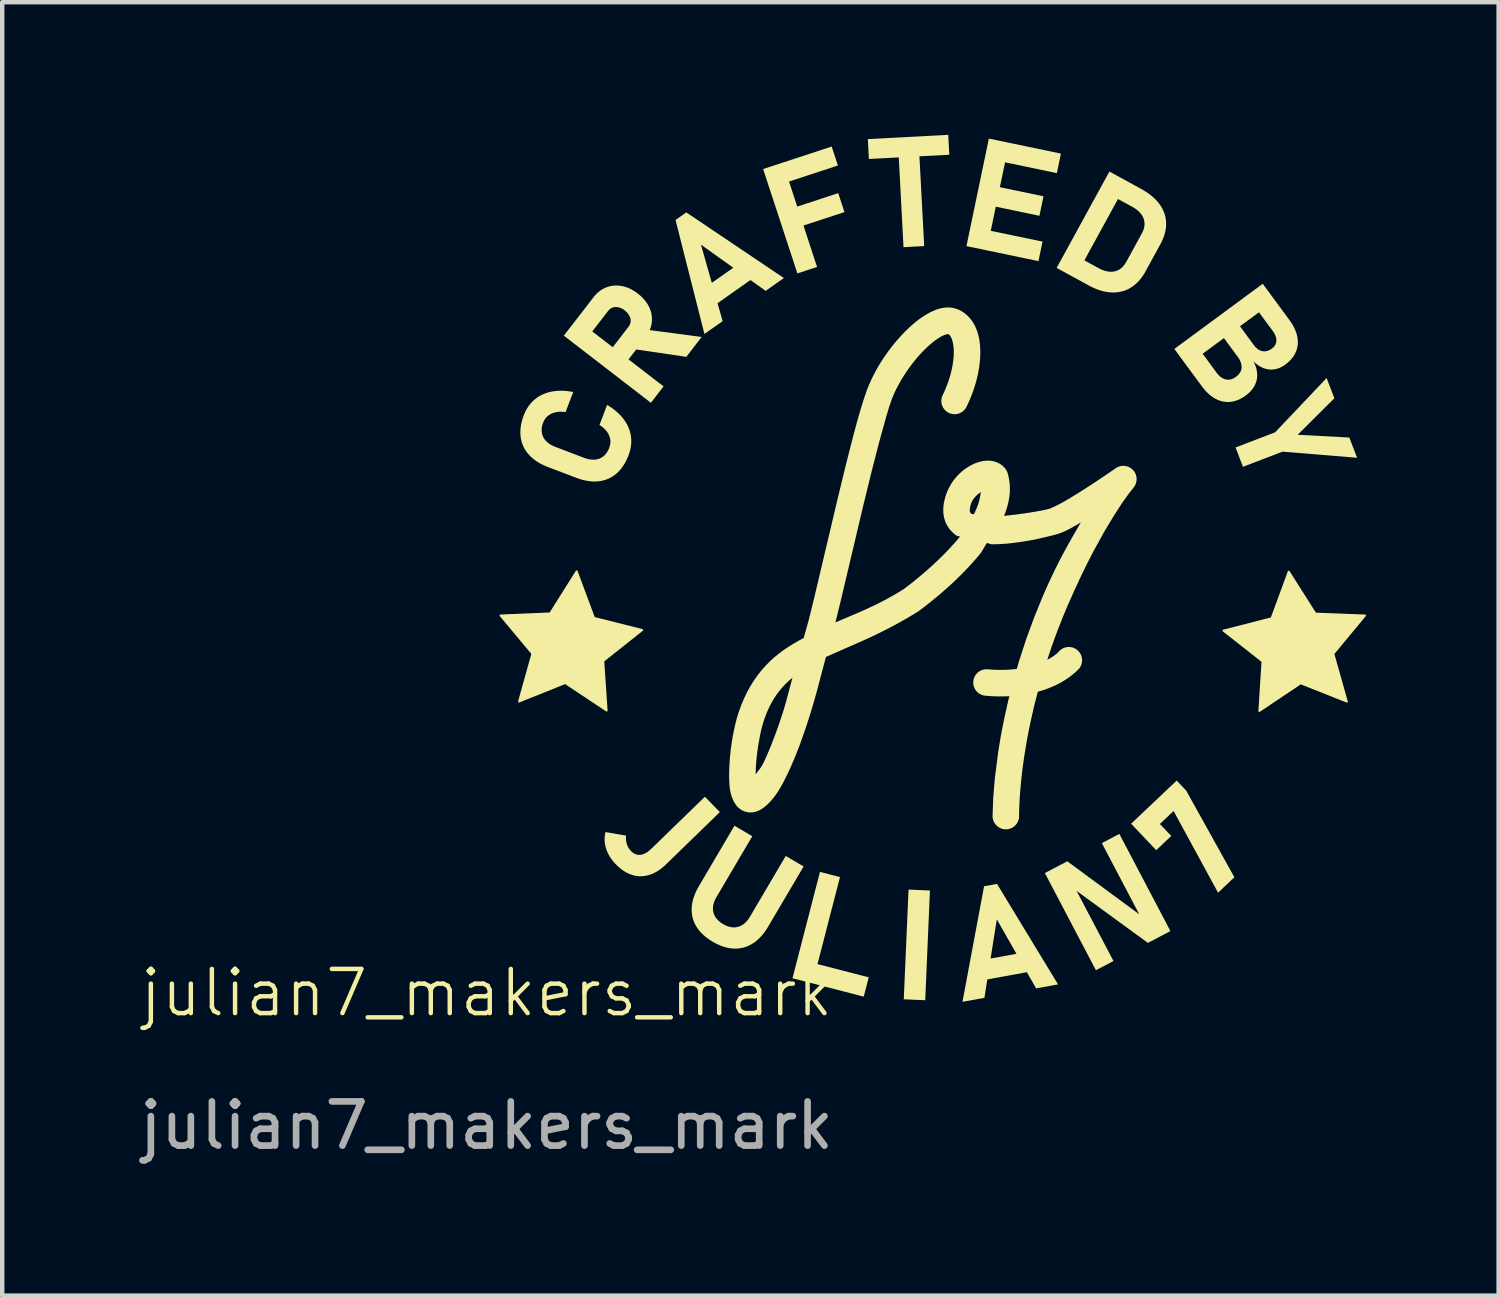
<source format=kicad_pcb>
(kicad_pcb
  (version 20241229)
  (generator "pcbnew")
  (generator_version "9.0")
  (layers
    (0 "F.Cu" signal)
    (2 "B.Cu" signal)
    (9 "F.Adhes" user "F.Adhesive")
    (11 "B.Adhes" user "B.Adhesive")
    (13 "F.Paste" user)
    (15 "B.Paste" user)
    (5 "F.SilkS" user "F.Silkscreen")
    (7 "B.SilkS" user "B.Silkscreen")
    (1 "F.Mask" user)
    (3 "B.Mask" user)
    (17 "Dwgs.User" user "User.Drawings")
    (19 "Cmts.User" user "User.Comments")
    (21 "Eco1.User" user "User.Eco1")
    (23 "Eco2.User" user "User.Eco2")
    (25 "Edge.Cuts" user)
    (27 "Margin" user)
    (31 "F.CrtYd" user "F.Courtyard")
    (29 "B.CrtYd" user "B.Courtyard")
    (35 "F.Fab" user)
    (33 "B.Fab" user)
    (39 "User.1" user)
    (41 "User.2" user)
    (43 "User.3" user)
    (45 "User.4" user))
  (footprint "julian7_makers_mark"
    (layer "F.Cu")
    (at 7.958 19.912)
    (property "Reference" "julian7_makers_mark" (at 0 -0.5 0) (unlocked yes) (layer "F.SilkS") (effects (font (size 1 1) (thickness 0.1))))
    (attr smd)
    (fp_poly (pts (xy 10.03 -2.816) (xy 9.923 -0.334) (xy 9.438 -0.355) (xy 9.546 -2.837)) (stroke (width 0) (type solid)) (fill yes) (layer "F.SilkS"))
    (fp_poly (pts (xy 7.995 -3.12) (xy 7.486 -1.151) (xy 8.645 -0.852) (xy 8.532 -0.415) (xy 7.128 -0.778) (xy 6.92 -0.831) (xy 7.542 -3.237)) (stroke (width 0) (type solid)) (fill yes) (layer "F.SilkS"))
    (fp_poly (pts (xy 10.468 -19.461) (xy 9.792 -19.426) (xy 9.9 -17.395) (xy 9.432 -17.37) (xy 9.325 -19.401) (xy 8.649 -19.365) (xy 8.625 -19.815) (xy 10.444 -19.912)) (stroke (width 0) (type solid)) (fill yes) (layer "F.SilkS"))
    (fp_poly (pts (xy 15.826 -5.078) (xy 16.917 -3.116) (xy 16.548 -2.767) (xy 15.542 -4.615) (xy 15.232 -4.321) (xy 15.489 -4.05) (xy 15.149 -3.728) (xy 14.581 -4.327) (xy 15.612 -5.303)) (stroke (width 0) (type solid)) (fill yes) (layer "F.SilkS"))
    (fp_poly (pts (xy 19.179 -13.952) (xy 18.349 -13.126) (xy 19.518 -13.064) (xy 19.693 -12.606) (xy 18.007 -12.744) (xy 17.111 -12.402) (xy 16.944 -12.839) (xy 17.839 -13.182) (xy 19.004 -14.41)) (stroke (width 0) (type solid)) (fill yes) (layer "F.SilkS"))
    (fp_poly (pts (xy 2.43 -8.984) (xy 3.521 -8.709) (xy 2.64 -8.01) (xy 2.716 -6.887) (xy 1.778 -7.51) (xy 0.734 -7.091) (xy 1.036 -8.174) (xy 0.315 -9.038) (xy 1.439 -9.085) (xy 2.038 -10.038)) (stroke (width 0.043) (type solid)) (fill yes) (layer "F.SilkS"))
    (fp_poly (pts (xy 15.47 -1.899) (xy 14.961 -1.631) (xy 13.348 -2.807) (xy 14.182 -1.221) (xy 13.785 -1.013) (xy 12.63 -3.211) (xy 13.137 -3.477) (xy 14.765 -2.278) (xy 13.919 -3.888) (xy 14.315 -4.097)) (stroke (width 0) (type solid)) (fill yes) (layer "F.SilkS"))
    (fp_poly (pts (xy 18.749 -9.081) (xy 19.873 -9.038) (xy 19.156 -8.172) (xy 19.462 -7.089) (xy 18.416 -7.504) (xy 17.482 -6.877) (xy 17.553 -8) (xy 16.668 -8.696) (xy 17.759 -8.975) (xy 18.147 -10.031)) (stroke (width 0.043) (type solid)) (fill yes) (layer "F.SilkS"))
    (fp_poly (pts (xy 7.948 -19.218) (xy 6.842 -18.855) (xy 7.028 -18.288) (xy 7.955 -18.593) (xy 8.096 -18.164) (xy 7.169 -17.86) (xy 7.476 -16.923) (xy 7.031 -16.777) (xy 6.256 -19.138) (xy 6.419 -19.191) (xy 6.419 -19.191) (xy 7.807 -19.647)) (stroke (width 0) (type solid)) (fill yes) (layer "F.SilkS"))
    (fp_poly (pts (xy 6.725 -16.672) (xy 6.313 -16.382) (xy 5.97 -16.627) (xy 5.225 -16.103) (xy 5.34 -15.697) (xy 4.928 -15.407) (xy 4.416 -17.427) (xy 4.85 -17.427) (xy 5.095 -16.563) (xy 5.581 -16.905) (xy 4.85 -17.427) (xy 4.416 -17.427) (xy 4.275 -17.986) (xy 4.518 -18.157)) (stroke (width 0) (type solid)) (fill yes) (layer "F.SilkS"))
    (fp_poly (pts (xy 12.928 -0.692) (xy 12.432 -0.602) (xy 12.223 -0.968) (xy 11.328 -0.805) (xy 11.262 -0.388) (xy 10.766 -0.298) (xy 10.949 -1.277) (xy 11.402 -1.277) (xy 11.987 -1.384) (xy 11.543 -2.164) (xy 11.402 -1.277) (xy 10.949 -1.277) (xy 11.255 -2.913) (xy 11.547 -2.966)) (stroke (width 0) (type solid)) (fill yes) (layer "F.SilkS"))
    (fp_poly (pts (xy 11.822 -19.731) (xy 11.822 -19.731) (xy 12.993 -19.487) (xy 12.901 -19.045) (xy 11.73 -19.29) (xy 11.612 -18.727) (xy 12.599 -18.521) (xy 12.507 -18.08) (xy 11.52 -18.286) (xy 11.406 -17.74) (xy 12.577 -17.496) (xy 12.485 -17.054) (xy 11.314 -17.299) (xy 11.314 -17.299) (xy 10.856 -17.394) (xy 11.363 -19.827)) (stroke (width 0) (type solid)) (fill yes) (layer "F.SilkS"))
    (fp_poly (pts (xy 5.277 -4.59) (xy 4.061 -3.409) (xy 4.038 -3.387) (xy 4.015 -3.366) (xy 3.991 -3.346) (xy 3.968 -3.326) (xy 3.944 -3.308) (xy 3.921 -3.291) (xy 3.897 -3.274) (xy 3.873 -3.259) (xy 3.849 -3.244) (xy 3.825 -3.231) (xy 3.801 -3.218) (xy 3.777 -3.207) (xy 3.753 -3.196) (xy 3.728 -3.186) (xy 3.704 -3.177) (xy 3.679 -3.169) (xy 3.655 -3.162) (xy 3.631 -3.156) (xy 3.606 -3.15) (xy 3.582 -3.146) (xy 3.558 -3.143) (xy 3.533 -3.14) (xy 3.509 -3.139) (xy 3.485 -3.138) (xy 3.461 -3.139) (xy 3.436 -3.14) (xy 3.412 -3.143) (xy 3.388 -3.146) (xy 3.364 -3.15) (xy 3.34 -3.155) (xy 3.316 -3.162) (xy 3.292 -3.169) (xy 3.268 -3.177) (xy 3.244 -3.186) (xy 3.22 -3.196) (xy 3.196 -3.207) (xy 3.173 -3.218) (xy 3.15 -3.231) (xy 3.126 -3.245) (xy 3.103 -3.259) (xy 3.08 -3.275) (xy 3.058 -3.291) (xy 3.035 -3.309) (xy 3.013 -3.327) (xy 2.99 -3.346) (xy 2.968 -3.367) (xy 2.946 -3.388) (xy 2.924 -3.41) (xy 2.924 -3.41) (xy 2.904 -3.43) (xy 2.886 -3.451) (xy 2.868 -3.472) (xy 2.85 -3.494) (xy 2.834 -3.515) (xy 2.818 -3.537) (xy 2.803 -3.559) (xy 2.789 -3.581) (xy 2.776 -3.603) (xy 2.763 -3.625) (xy 2.751 -3.648) (xy 2.74 -3.671) (xy 2.73 -3.694) (xy 2.72 -3.717) (xy 2.711 -3.741) (xy 2.703 -3.765) (xy 2.696 -3.788) (xy 2.69 -3.812) (xy 2.684 -3.836) (xy 2.68 -3.859) (xy 2.676 -3.883) (xy 2.673 -3.906) (xy 2.671 -3.929) (xy 2.67 -3.953) (xy 2.67 -3.976) (xy 2.67 -3.999) (xy 2.671 -4.023) (xy 2.674 -4.046) (xy 2.677 -4.069) (xy 2.68 -4.092) (xy 2.685 -4.115) (xy 2.691 -4.138) (xy 3.157 -4.058) (xy 3.156 -4.045) (xy 3.154 -4.033) (xy 3.153 -4.021) (xy 3.153 -4.009) (xy 3.153 -3.997) (xy 3.153 -3.985) (xy 3.153 -3.973) (xy 3.154 -3.961) (xy 3.155 -3.949) (xy 3.157 -3.937) (xy 3.159 -3.925) (xy 3.161 -3.914) (xy 3.163 -3.902) (xy 3.166 -3.891) (xy 3.169 -3.879) (xy 3.172 -3.868) (xy 3.176 -3.856) (xy 3.18 -3.845) (xy 3.185 -3.834) (xy 3.19 -3.823) (xy 3.195 -3.813) (xy 3.2 -3.802) (xy 3.206 -3.792) (xy 3.211 -3.782) (xy 3.217 -3.772) (xy 3.224 -3.762) (xy 3.231 -3.753) (xy 3.237 -3.743) (xy 3.245 -3.734) (xy 3.252 -3.725) (xy 3.26 -3.717) (xy 3.268 -3.708) (xy 3.28 -3.696) (xy 3.292 -3.686) (xy 3.304 -3.676) (xy 3.317 -3.666) (xy 3.329 -3.658) (xy 3.342 -3.651) (xy 3.355 -3.644) (xy 3.368 -3.639) (xy 3.382 -3.634) (xy 3.395 -3.63) (xy 3.409 -3.627) (xy 3.423 -3.624) (xy 3.437 -3.623) (xy 3.451 -3.622) (xy 3.466 -3.623) (xy 3.481 -3.624) (xy 3.496 -3.626) (xy 3.511 -3.629) (xy 3.526 -3.633) (xy 3.541 -3.638) (xy 3.556 -3.643) (xy 3.571 -3.649) (xy 3.586 -3.657) (xy 3.602 -3.664) (xy 3.617 -3.673) (xy 3.632 -3.683) (xy 3.647 -3.693) (xy 3.663 -3.705) (xy 3.678 -3.717) (xy 3.693 -3.73) (xy 3.709 -3.744) (xy 3.724 -3.758) (xy 4.939 -4.938)) (stroke (width 0) (type solid)) (fill yes) (layer "F.SilkS"))
    (fp_poly (pts (xy 6.011 -4.044) (xy 5.2 -2.667) (xy 5.187 -2.644) (xy 5.176 -2.621) (xy 5.165 -2.599) (xy 5.155 -2.577) (xy 5.147 -2.554) (xy 5.14 -2.532) (xy 5.134 -2.511) (xy 5.129 -2.489) (xy 5.125 -2.468) (xy 5.122 -2.446) (xy 5.121 -2.425) (xy 5.121 -2.405) (xy 5.121 -2.384) (xy 5.123 -2.364) (xy 5.126 -2.343) (xy 5.131 -2.323) (xy 5.136 -2.304) (xy 5.143 -2.284) (xy 5.15 -2.265) (xy 5.159 -2.247) (xy 5.169 -2.229) (xy 5.18 -2.211) (xy 5.192 -2.194) (xy 5.205 -2.177) (xy 5.219 -2.161) (xy 5.234 -2.145) (xy 5.251 -2.129) (xy 5.268 -2.114) (xy 5.287 -2.099) (xy 5.306 -2.085) (xy 5.327 -2.071) (xy 5.349 -2.058) (xy 5.372 -2.045) (xy 5.394 -2.033) (xy 5.416 -2.023) (xy 5.438 -2.014) (xy 5.46 -2.006) (xy 5.482 -1.999) (xy 5.503 -1.993) (xy 5.525 -1.989) (xy 5.546 -1.985) (xy 5.567 -1.983) (xy 5.588 -1.982) (xy 5.608 -1.982) (xy 5.629 -1.983) (xy 5.649 -1.986) (xy 5.669 -1.99) (xy 5.689 -1.995) (xy 5.709 -2) (xy 5.728 -2.007) (xy 5.747 -2.015) (xy 5.766 -2.025) (xy 5.784 -2.035) (xy 5.802 -2.046) (xy 5.819 -2.059) (xy 5.836 -2.072) (xy 5.852 -2.087) (xy 5.869 -2.103) (xy 5.884 -2.12) (xy 5.9 -2.138) (xy 5.915 -2.157) (xy 5.929 -2.177) (xy 5.943 -2.199) (xy 5.957 -2.221) (xy 6.768 -3.598) (xy 7.172 -3.36) (xy 6.367 -1.994) (xy 6.348 -1.963) (xy 6.329 -1.933) (xy 6.309 -1.904) (xy 6.289 -1.876) (xy 6.269 -1.849) (xy 6.248 -1.823) (xy 6.227 -1.798) (xy 6.206 -1.774) (xy 6.184 -1.751) (xy 6.162 -1.729) (xy 6.139 -1.708) (xy 6.116 -1.687) (xy 6.093 -1.668) (xy 6.069 -1.65) (xy 6.044 -1.633) (xy 6.02 -1.617) (xy 5.995 -1.602) (xy 5.97 -1.588) (xy 5.945 -1.575) (xy 5.919 -1.563) (xy 5.894 -1.552) (xy 5.868 -1.543) (xy 5.841 -1.534) (xy 5.815 -1.526) (xy 5.788 -1.52) (xy 5.76 -1.514) (xy 5.733 -1.509) (xy 5.705 -1.506) (xy 5.677 -1.504) (xy 5.649 -1.502) (xy 5.62 -1.502) (xy 5.591 -1.503) (xy 5.563 -1.504) (xy 5.534 -1.507) (xy 5.505 -1.511) (xy 5.475 -1.516) (xy 5.446 -1.522) (xy 5.416 -1.529) (xy 5.387 -1.538) (xy 5.357 -1.547) (xy 5.327 -1.557) (xy 5.297 -1.568) (xy 5.267 -1.581) (xy 5.237 -1.594) (xy 5.206 -1.609) (xy 5.176 -1.624) (xy 5.145 -1.641) (xy 5.114 -1.659) (xy 5.114 -1.659) (xy 5.084 -1.677) (xy 5.054 -1.696) (xy 5.026 -1.715) (xy 4.998 -1.735) (xy 4.972 -1.755) (xy 4.946 -1.775) (xy 4.922 -1.796) (xy 4.898 -1.817) (xy 4.876 -1.839) (xy 4.854 -1.86) (xy 4.834 -1.883) (xy 4.814 -1.906) (xy 4.796 -1.929) (xy 4.778 -1.952) (xy 4.762 -1.976) (xy 4.746 -2) (xy 4.732 -2.025) (xy 4.718 -2.05) (xy 4.706 -2.076) (xy 4.695 -2.101) (xy 4.684 -2.127) (xy 4.675 -2.153) (xy 4.667 -2.18) (xy 4.66 -2.207) (xy 4.654 -2.233) (xy 4.649 -2.261) (xy 4.645 -2.288) (xy 4.642 -2.316) (xy 4.64 -2.344) (xy 4.639 -2.372) (xy 4.639 -2.401) (xy 4.64 -2.43) (xy 4.642 -2.459) (xy 4.646 -2.488) (xy 4.65 -2.518) (xy 4.656 -2.548) (xy 4.662 -2.578) (xy 4.67 -2.607) (xy 4.678 -2.638) (xy 4.688 -2.668) (xy 4.699 -2.698) (xy 4.711 -2.729) (xy 4.723 -2.759) (xy 4.737 -2.79) (xy 4.752 -2.821) (xy 4.768 -2.852) (xy 4.785 -2.884) (xy 4.803 -2.915) (xy 5.608 -4.282)) (stroke (width 0) (type solid)) (fill yes) (layer "F.SilkS"))
    (fp_poly (pts (xy 14.297 -18.968) (xy 14.297 -18.968) (xy 14.811 -18.686) (xy 14.845 -18.667) (xy 14.877 -18.648) (xy 14.909 -18.629) (xy 14.939 -18.609) (xy 14.969 -18.588) (xy 14.997 -18.568) (xy 15.025 -18.546) (xy 15.051 -18.525) (xy 15.077 -18.503) (xy 15.101 -18.481) (xy 15.124 -18.458) (xy 15.147 -18.436) (xy 15.168 -18.412) (xy 15.188 -18.389) (xy 15.207 -18.365) (xy 15.226 -18.34) (xy 15.243 -18.315) (xy 15.259 -18.29) (xy 15.275 -18.265) (xy 15.289 -18.24) (xy 15.302 -18.214) (xy 15.314 -18.188) (xy 15.324 -18.161) (xy 15.334 -18.135) (xy 15.343 -18.108) (xy 15.351 -18.081) (xy 15.357 -18.053) (xy 15.362 -18.026) (xy 15.367 -17.998) (xy 15.37 -17.97) (xy 15.372 -17.941) (xy 15.373 -17.913) (xy 15.373 -17.884) (xy 15.372 -17.855) (xy 15.37 -17.826) (xy 15.367 -17.796) (xy 15.362 -17.767) (xy 15.357 -17.737) (xy 15.35 -17.708) (xy 15.343 -17.678) (xy 15.334 -17.648) (xy 15.324 -17.618) (xy 15.313 -17.588) (xy 15.301 -17.557) (xy 15.288 -17.527) (xy 15.274 -17.496) (xy 15.259 -17.466) (xy 15.242 -17.435) (xy 14.904 -16.817) (xy 14.888 -16.788) (xy 14.871 -16.76) (xy 14.853 -16.733) (xy 14.836 -16.707) (xy 14.817 -16.681) (xy 14.798 -16.657) (xy 14.779 -16.633) (xy 14.759 -16.61) (xy 14.739 -16.588) (xy 14.718 -16.567) (xy 14.696 -16.547) (xy 14.674 -16.528) (xy 14.652 -16.51) (xy 14.629 -16.492) (xy 14.606 -16.476) (xy 14.582 -16.46) (xy 14.557 -16.445) (xy 14.533 -16.431) (xy 14.508 -16.419) (xy 14.482 -16.407) (xy 14.456 -16.396) (xy 14.43 -16.386) (xy 14.403 -16.378) (xy 14.376 -16.37) (xy 14.348 -16.363) (xy 14.32 -16.358) (xy 14.292 -16.353) (xy 14.263 -16.35) (xy 14.234 -16.347) (xy 14.204 -16.346) (xy 14.174 -16.345) (xy 14.143 -16.346) (xy 14.112 -16.347) (xy 14.081 -16.35) (xy 14.049 -16.354) (xy 14.018 -16.359) (xy 13.986 -16.365) (xy 13.953 -16.372) (xy 13.921 -16.381) (xy 13.888 -16.39) (xy 13.855 -16.401) (xy 13.821 -16.413) (xy 13.788 -16.426) (xy 13.754 -16.44) (xy 13.72 -16.455) (xy 13.686 -16.472) (xy 13.651 -16.489) (xy 13.616 -16.508) (xy 13.307 -16.677) (xy 13.307 -16.677) (xy 12.896 -16.902) (xy 12.99 -17.072) (xy 13.524 -17.072) (xy 13.843 -16.898) (xy 13.868 -16.884) (xy 13.893 -16.872) (xy 13.918 -16.861) (xy 13.942 -16.851) (xy 13.966 -16.843) (xy 13.99 -16.835) (xy 14.013 -16.829) (xy 14.036 -16.824) (xy 14.059 -16.82) (xy 14.081 -16.817) (xy 14.103 -16.815) (xy 14.125 -16.814) (xy 14.147 -16.815) (xy 14.168 -16.817) (xy 14.189 -16.819) (xy 14.21 -16.823) (xy 14.23 -16.829) (xy 14.25 -16.835) (xy 14.269 -16.842) (xy 14.288 -16.851) (xy 14.306 -16.86) (xy 14.324 -16.871) (xy 14.341 -16.883) (xy 14.357 -16.896) (xy 14.374 -16.91) (xy 14.389 -16.925) (xy 14.404 -16.941) (xy 14.419 -16.958) (xy 14.433 -16.977) (xy 14.446 -16.996) (xy 14.459 -17.017) (xy 14.472 -17.038) (xy 14.823 -17.68) (xy 14.835 -17.702) (xy 14.845 -17.724) (xy 14.854 -17.746) (xy 14.862 -17.768) (xy 14.869 -17.79) (xy 14.875 -17.811) (xy 14.879 -17.832) (xy 14.882 -17.853) (xy 14.884 -17.874) (xy 14.885 -17.895) (xy 14.884 -17.916) (xy 14.882 -17.936) (xy 14.879 -17.957) (xy 14.875 -17.977) (xy 14.87 -17.997) (xy 14.863 -18.017) (xy 14.856 -18.036) (xy 14.847 -18.055) (xy 14.837 -18.074) (xy 14.825 -18.093) (xy 14.813 -18.111) (xy 14.8 -18.129) (xy 14.785 -18.146) (xy 14.77 -18.163) (xy 14.753 -18.18) (xy 14.735 -18.196) (xy 14.716 -18.212) (xy 14.696 -18.227) (xy 14.674 -18.242) (xy 14.652 -18.257) (xy 14.628 -18.272) (xy 14.603 -18.286) (xy 14.284 -18.46) (xy 13.524 -17.072) (xy 12.99 -17.072) (xy 14.09 -19.081)) (stroke (width 0) (type solid)) (fill yes) (layer "F.SilkS"))
    (fp_poly (pts (xy 13.192 -8.325) (xy 13.207 -8.323) (xy 13.221 -8.321) (xy 13.236 -8.318) (xy 13.25 -8.315) (xy 13.264 -8.311) (xy 13.278 -8.306) (xy 13.291 -8.301) (xy 13.305 -8.294) (xy 13.318 -8.288) (xy 13.33 -8.28) (xy 13.343 -8.272) (xy 13.355 -8.263) (xy 13.366 -8.254) (xy 13.378 -8.244) (xy 13.388 -8.233) (xy 13.399 -8.222) (xy 13.408 -8.21) (xy 13.417 -8.198) (xy 13.425 -8.186) (xy 13.433 -8.173) (xy 13.44 -8.16) (xy 13.446 -8.147) (xy 13.452 -8.134) (xy 13.457 -8.12) (xy 13.461 -8.106) (xy 13.464 -8.092) (xy 13.467 -8.078) (xy 13.469 -8.064) (xy 13.471 -8.05) (xy 13.472 -8.035) (xy 13.472 -8.021) (xy 13.471 -8.007) (xy 13.47 -7.992) (xy 13.468 -7.978) (xy 13.465 -7.964) (xy 13.462 -7.949) (xy 13.458 -7.935) (xy 13.453 -7.922) (xy 13.448 -7.908) (xy 13.442 -7.894) (xy 13.435 -7.881) (xy 13.427 -7.868) (xy 13.419 -7.856) (xy 13.41 -7.843) (xy 13.4 -7.831) (xy 13.366 -7.796) (xy 13.323 -7.756) (xy 13.264 -7.706) (xy 13.228 -7.677) (xy 13.189 -7.648) (xy 13.145 -7.617) (xy 13.097 -7.585) (xy 13.046 -7.553) (xy 12.991 -7.521) (xy 12.932 -7.489) (xy 12.869 -7.458) (xy 12.731 -7.399) (xy 12.656 -7.371) (xy 12.577 -7.344) (xy 12.493 -7.319) (xy 12.405 -7.296) (xy 12.313 -7.275) (xy 12.216 -7.256) (xy 12.115 -7.24) (xy 12.01 -7.227) (xy 11.9 -7.217) (xy 11.786 -7.21) (xy 11.667 -7.207) (xy 11.544 -7.208) (xy 11.416 -7.213) (xy 11.284 -7.223) (xy 11.269 -7.225) (xy 11.255 -7.227) (xy 11.24 -7.23) (xy 11.226 -7.234) (xy 11.212 -7.238) (xy 11.198 -7.243) (xy 11.185 -7.249) (xy 11.172 -7.256) (xy 11.159 -7.263) (xy 11.146 -7.27) (xy 11.134 -7.279) (xy 11.123 -7.288) (xy 11.111 -7.297) (xy 11.1 -7.307) (xy 11.09 -7.318) (xy 11.08 -7.329) (xy 11.071 -7.34) (xy 11.062 -7.352) (xy 11.054 -7.365) (xy 11.047 -7.378) (xy 11.04 -7.391) (xy 11.034 -7.404) (xy 11.029 -7.418) (xy 11.024 -7.431) (xy 11.02 -7.445) (xy 11.016 -7.46) (xy 11.014 -7.474) (xy 11.012 -7.489) (xy 11.011 -7.503) (xy 11.01 -7.518) (xy 11.01 -7.533) (xy 11.011 -7.548) (xy 11.013 -7.563) (xy 11.015 -7.577) (xy 11.018 -7.592) (xy 11.022 -7.606) (xy 11.026 -7.62) (xy 11.032 -7.634) (xy 11.037 -7.647) (xy 11.044 -7.66) (xy 11.051 -7.673) (xy 11.059 -7.685) (xy 11.067 -7.698) (xy 11.076 -7.709) (xy 11.085 -7.721) (xy 11.095 -7.731) (xy 11.106 -7.742) (xy 11.117 -7.752) (xy 11.129 -7.761) (xy 11.141 -7.769) (xy 11.153 -7.777) (xy 11.166 -7.785) (xy 11.179 -7.792) (xy 11.192 -7.798) (xy 11.206 -7.803) (xy 11.22 -7.808) (xy 11.234 -7.812) (xy 11.248 -7.815) (xy 11.262 -7.818) (xy 11.277 -7.82) (xy 11.292 -7.821) (xy 11.306 -7.822) (xy 11.321 -7.822) (xy 11.336 -7.821) (xy 11.449 -7.812) (xy 11.558 -7.808) (xy 11.662 -7.807) (xy 11.761 -7.809) (xy 11.855 -7.815) (xy 11.945 -7.823) (xy 12.031 -7.833) (xy 12.112 -7.846) (xy 12.189 -7.861) (xy 12.262 -7.877) (xy 12.33 -7.896) (xy 12.395 -7.915) (xy 12.455 -7.936) (xy 12.512 -7.957) (xy 12.565 -7.979) (xy 12.614 -8.001) (xy 12.637 -8.012) (xy 12.659 -8.023) (xy 12.68 -8.034) (xy 12.7 -8.044) (xy 12.72 -8.055) (xy 12.738 -8.065) (xy 12.755 -8.075) (xy 12.772 -8.085) (xy 12.787 -8.095) (xy 12.802 -8.104) (xy 12.816 -8.113) (xy 12.829 -8.122) (xy 12.841 -8.131) (xy 12.853 -8.139) (xy 12.873 -8.155) (xy 12.891 -8.169) (xy 12.906 -8.181) (xy 12.918 -8.193) (xy 12.927 -8.202) (xy 12.934 -8.209) (xy 12.939 -8.215) (xy 12.943 -8.219) (xy 12.953 -8.23) (xy 12.964 -8.241) (xy 12.974 -8.251) (xy 12.986 -8.26) (xy 12.997 -8.269) (xy 13.01 -8.277) (xy 13.022 -8.285) (xy 13.035 -8.292) (xy 13.048 -8.298) (xy 13.062 -8.304) (xy 13.075 -8.309) (xy 13.089 -8.314) (xy 13.104 -8.317) (xy 13.118 -8.32) (xy 13.133 -8.323) (xy 13.147 -8.324) (xy 13.162 -8.325) (xy 13.177 -8.325)) (stroke (width 0) (type solid)) (fill yes) (layer "F.SilkS"))
    (fp_poly (pts (xy 2.946 -16.503) (xy 2.968 -16.502) (xy 2.991 -16.501) (xy 3.014 -16.498) (xy 3.037 -16.495) (xy 3.06 -16.491) (xy 3.083 -16.486) (xy 3.106 -16.481) (xy 3.129 -16.474) (xy 3.152 -16.467) (xy 3.175 -16.459) (xy 3.198 -16.451) (xy 3.22 -16.441) (xy 3.243 -16.431) (xy 3.265 -16.42) (xy 3.288 -16.408) (xy 3.31 -16.395) (xy 3.332 -16.382) (xy 3.355 -16.368) (xy 3.377 -16.353) (xy 3.399 -16.337) (xy 3.421 -16.321) (xy 3.443 -16.303) (xy 3.463 -16.286) (xy 3.484 -16.268) (xy 3.503 -16.251) (xy 3.522 -16.232) (xy 3.54 -16.214) (xy 3.557 -16.195) (xy 3.573 -16.176) (xy 3.589 -16.157) (xy 3.604 -16.137) (xy 3.618 -16.117) (xy 3.632 -16.097) (xy 3.645 -16.077) (xy 3.657 -16.056) (xy 3.668 -16.035) (xy 3.679 -16.014) (xy 3.688 -15.993) (xy 3.697 -15.971) (xy 3.705 -15.95) (xy 3.712 -15.928) (xy 3.719 -15.907) (xy 3.724 -15.885) (xy 3.729 -15.863) (xy 3.733 -15.841) (xy 3.736 -15.819) (xy 3.739 -15.797) (xy 3.74 -15.775) (xy 3.741 -15.753) (xy 3.741 -15.731) (xy 3.74 -15.708) (xy 3.739 -15.686) (xy 3.736 -15.663) (xy 3.733 -15.641) (xy 3.729 -15.619) (xy 3.724 -15.596) (xy 3.719 -15.575) (xy 3.713 -15.553) (xy 3.705 -15.531) (xy 3.697 -15.51) (xy 3.691 -15.494) (xy 4.865 -15.339) (xy 4.519 -14.889) (xy 3.385 -15.056) (xy 3.211 -14.831) (xy 4.003 -14.221) (xy 3.717 -13.85) (xy 1.748 -15.368) (xy 1.821 -15.464) (xy 2.391 -15.464) (xy 2.854 -15.107) (xy 3.21 -15.568) (xy 3.215 -15.575) (xy 3.22 -15.583) (xy 3.225 -15.59) (xy 3.229 -15.597) (xy 3.233 -15.605) (xy 3.237 -15.612) (xy 3.241 -15.62) (xy 3.244 -15.627) (xy 3.247 -15.635) (xy 3.249 -15.643) (xy 3.252 -15.65) (xy 3.254 -15.658) (xy 3.255 -15.666) (xy 3.257 -15.674) (xy 3.258 -15.682) (xy 3.259 -15.69) (xy 3.259 -15.698) (xy 3.259 -15.707) (xy 3.259 -15.715) (xy 3.259 -15.723) (xy 3.258 -15.731) (xy 3.257 -15.739) (xy 3.255 -15.747) (xy 3.254 -15.755) (xy 3.252 -15.763) (xy 3.249 -15.771) (xy 3.247 -15.779) (xy 3.244 -15.787) (xy 3.24 -15.795) (xy 3.237 -15.803) (xy 3.233 -15.811) (xy 3.229 -15.819) (xy 3.224 -15.827) (xy 3.22 -15.835) (xy 3.215 -15.843) (xy 3.209 -15.851) (xy 3.204 -15.859) (xy 3.198 -15.867) (xy 3.192 -15.874) (xy 3.186 -15.882) (xy 3.18 -15.889) (xy 3.173 -15.896) (xy 3.166 -15.904) (xy 3.158 -15.911) (xy 3.151 -15.918) (xy 3.143 -15.925) (xy 3.135 -15.932) (xy 3.127 -15.939) (xy 3.118 -15.945) (xy 3.109 -15.952) (xy 3.101 -15.958) (xy 3.092 -15.963) (xy 3.083 -15.969) (xy 3.074 -15.974) (xy 3.066 -15.978) (xy 3.057 -15.983) (xy 3.048 -15.987) (xy 3.039 -15.991) (xy 3.031 -15.995) (xy 3.022 -15.998) (xy 3.013 -16.001) (xy 3.004 -16.004) (xy 2.995 -16.006) (xy 2.986 -16.008) (xy 2.977 -16.01) (xy 2.969 -16.012) (xy 2.96 -16.014) (xy 2.951 -16.015) (xy 2.943 -16.016) (xy 2.934 -16.016) (xy 2.926 -16.016) (xy 2.918 -16.016) (xy 2.909 -16.016) (xy 2.901 -16.015) (xy 2.893 -16.014) (xy 2.885 -16.013) (xy 2.877 -16.011) (xy 2.869 -16.009) (xy 2.861 -16.007) (xy 2.854 -16.005) (xy 2.846 -16.002) (xy 2.839 -15.999) (xy 2.831 -15.995) (xy 2.824 -15.992) (xy 2.817 -15.988) (xy 2.81 -15.984) (xy 2.803 -15.979) (xy 2.796 -15.974) (xy 2.79 -15.969) (xy 2.783 -15.964) (xy 2.777 -15.958) (xy 2.771 -15.952) (xy 2.764 -15.946) (xy 2.759 -15.939) (xy 2.753 -15.932) (xy 2.747 -15.925) (xy 2.391 -15.464) (xy 1.821 -15.464) (xy 2.034 -15.739) (xy 2.034 -15.739) (xy 2.413 -16.23) (xy 2.428 -16.25) (xy 2.445 -16.27) (xy 2.461 -16.288) (xy 2.478 -16.306) (xy 2.495 -16.323) (xy 2.513 -16.339) (xy 2.53 -16.354) (xy 2.549 -16.369) (xy 2.567 -16.383) (xy 2.586 -16.396) (xy 2.605 -16.409) (xy 2.625 -16.42) (xy 2.644 -16.431) (xy 2.665 -16.441) (xy 2.685 -16.451) (xy 2.706 -16.46) (xy 2.727 -16.468) (xy 2.748 -16.475) (xy 2.77 -16.481) (xy 2.791 -16.487) (xy 2.813 -16.491) (xy 2.835 -16.495) (xy 2.856 -16.498) (xy 2.879 -16.501) (xy 2.901 -16.502) (xy 2.923 -16.503)) (stroke (width 0) (type solid)) (fill yes) (layer "F.SilkS"))
    (fp_poly (pts (xy 17.837 -16.165) (xy 17.837 -16.165) (xy 18.16 -15.726) (xy 18.177 -15.702) (xy 18.194 -15.678) (xy 18.21 -15.654) (xy 18.225 -15.63) (xy 18.239 -15.606) (xy 18.252 -15.582) (xy 18.265 -15.558) (xy 18.276 -15.534) (xy 18.287 -15.511) (xy 18.297 -15.487) (xy 18.306 -15.464) (xy 18.315 -15.44) (xy 18.322 -15.417) (xy 18.329 -15.393) (xy 18.335 -15.37) (xy 18.34 -15.347) (xy 18.344 -15.324) (xy 18.347 -15.301) (xy 18.35 -15.279) (xy 18.352 -15.256) (xy 18.353 -15.234) (xy 18.353 -15.212) (xy 18.352 -15.19) (xy 18.351 -15.168) (xy 18.348 -15.147) (xy 18.345 -15.125) (xy 18.341 -15.104) (xy 18.336 -15.083) (xy 18.33 -15.062) (xy 18.324 -15.042) (xy 18.316 -15.021) (xy 18.308 -15.001) (xy 18.299 -14.981) (xy 18.289 -14.961) (xy 18.279 -14.942) (xy 18.267 -14.923) (xy 18.255 -14.904) (xy 18.242 -14.885) (xy 18.229 -14.867) (xy 18.214 -14.849) (xy 18.199 -14.831) (xy 18.183 -14.814) (xy 18.166 -14.796) (xy 18.148 -14.78) (xy 18.129 -14.763) (xy 18.11 -14.746) (xy 18.09 -14.73) (xy 18.069 -14.714) (xy 18.054 -14.704) (xy 18.04 -14.694) (xy 18.025 -14.684) (xy 18.01 -14.676) (xy 17.995 -14.667) (xy 17.98 -14.659) (xy 17.965 -14.652) (xy 17.95 -14.645) (xy 17.935 -14.638) (xy 17.92 -14.633) (xy 17.904 -14.627) (xy 17.889 -14.622) (xy 17.874 -14.618) (xy 17.858 -14.614) (xy 17.843 -14.611) (xy 17.827 -14.608) (xy 17.812 -14.606) (xy 17.796 -14.604) (xy 17.781 -14.603) (xy 17.765 -14.602) (xy 17.75 -14.602) (xy 17.735 -14.602) (xy 17.719 -14.603) (xy 17.704 -14.604) (xy 17.689 -14.606) (xy 17.673 -14.608) (xy 17.658 -14.611) (xy 17.643 -14.615) (xy 17.627 -14.618) (xy 17.612 -14.623) (xy 17.597 -14.628) (xy 17.581 -14.633) (xy 17.566 -14.639) (xy 17.551 -14.645) (xy 17.536 -14.652) (xy 17.521 -14.66) (xy 17.506 -14.668) (xy 17.491 -14.676) (xy 17.476 -14.685) (xy 17.461 -14.694) (xy 17.447 -14.704) (xy 17.432 -14.715) (xy 17.418 -14.725) (xy 17.403 -14.737) (xy 17.389 -14.749) (xy 17.375 -14.761) (xy 17.361 -14.774) (xy 17.347 -14.787) (xy 17.356 -14.769) (xy 17.366 -14.751) (xy 17.374 -14.733) (xy 17.382 -14.715) (xy 17.389 -14.697) (xy 17.396 -14.679) (xy 17.402 -14.661) (xy 17.408 -14.643) (xy 17.413 -14.625) (xy 17.417 -14.608) (xy 17.421 -14.59) (xy 17.424 -14.572) (xy 17.427 -14.555) (xy 17.429 -14.537) (xy 17.431 -14.519) (xy 17.432 -14.502) (xy 17.433 -14.484) (xy 17.433 -14.467) (xy 17.432 -14.45) (xy 17.431 -14.433) (xy 17.43 -14.416) (xy 17.428 -14.399) (xy 17.425 -14.382) (xy 17.422 -14.366) (xy 17.418 -14.349) (xy 17.413 -14.333) (xy 17.408 -14.317) (xy 17.403 -14.301) (xy 17.397 -14.286) (xy 17.39 -14.27) (xy 17.383 -14.254) (xy 17.375 -14.239) (xy 17.367 -14.224) (xy 17.358 -14.209) (xy 17.349 -14.194) (xy 17.339 -14.179) (xy 17.328 -14.164) (xy 17.317 -14.15) (xy 17.306 -14.136) (xy 17.294 -14.122) (xy 17.282 -14.108) (xy 17.268 -14.095) (xy 17.255 -14.082) (xy 17.241 -14.068) (xy 17.226 -14.056) (xy 17.211 -14.043) (xy 17.195 -14.03) (xy 17.179 -14.018) (xy 17.175 -14.015) (xy 17.153 -14) (xy 17.132 -13.985) (xy 17.11 -13.971) (xy 17.089 -13.959) (xy 17.067 -13.947) (xy 17.045 -13.935) (xy 17.024 -13.925) (xy 17.002 -13.916) (xy 16.98 -13.907) (xy 16.958 -13.899) (xy 16.937 -13.893) (xy 16.915 -13.887) (xy 16.893 -13.881) (xy 16.871 -13.877) (xy 16.849 -13.874) (xy 16.827 -13.871) (xy 16.805 -13.869) (xy 16.783 -13.868) (xy 16.761 -13.868) (xy 16.74 -13.869) (xy 16.718 -13.87) (xy 16.697 -13.873) (xy 16.675 -13.876) (xy 16.654 -13.88) (xy 16.632 -13.885) (xy 16.611 -13.891) (xy 16.59 -13.897) (xy 16.569 -13.905) (xy 16.548 -13.913) (xy 16.527 -13.923) (xy 16.506 -13.933) (xy 16.485 -13.944) (xy 16.464 -13.955) (xy 16.444 -13.968) (xy 16.424 -13.981) (xy 16.404 -13.996) (xy 16.384 -14.011) (xy 16.364 -14.026) (xy 16.345 -14.043) (xy 16.325 -14.06) (xy 16.306 -14.079) (xy 16.287 -14.098) (xy 16.268 -14.117) (xy 16.25 -14.138) (xy 16.231 -14.159) (xy 16.213 -14.182) (xy 16.195 -14.205) (xy 16.177 -14.229) (xy 15.836 -14.691) (xy 15.836 -14.691) (xy 15.639 -14.959) (xy 16.2 -14.959) (xy 16.514 -14.532) (xy 16.526 -14.516) (xy 16.538 -14.501) (xy 16.55 -14.487) (xy 16.563 -14.474) (xy 16.575 -14.461) (xy 16.588 -14.45) (xy 16.601 -14.439) (xy 16.614 -14.429) (xy 16.627 -14.42) (xy 16.64 -14.411) (xy 16.654 -14.404) (xy 16.667 -14.397) (xy 16.681 -14.391) (xy 16.695 -14.386) (xy 16.709 -14.382) (xy 16.723 -14.378) (xy 16.737 -14.375) (xy 16.752 -14.374) (xy 16.766 -14.373) (xy 16.781 -14.372) (xy 16.795 -14.373) (xy 16.809 -14.375) (xy 16.824 -14.377) (xy 16.838 -14.38) (xy 16.852 -14.384) (xy 16.866 -14.389) (xy 16.881 -14.395) (xy 16.895 -14.402) (xy 16.909 -14.409) (xy 16.923 -14.417) (xy 16.937 -14.426) (xy 16.952 -14.436) (xy 16.956 -14.439) (xy 16.965 -14.446) (xy 16.974 -14.454) (xy 16.982 -14.461) (xy 16.991 -14.468) (xy 16.998 -14.476) (xy 17.006 -14.483) (xy 17.013 -14.491) (xy 17.02 -14.499) (xy 17.026 -14.507) (xy 17.032 -14.515) (xy 17.038 -14.523) (xy 17.044 -14.532) (xy 17.049 -14.54) (xy 17.053 -14.549) (xy 17.058 -14.558) (xy 17.062 -14.566) (xy 17.065 -14.575) (xy 17.068 -14.584) (xy 17.071 -14.593) (xy 17.074 -14.603) (xy 17.076 -14.612) (xy 17.077 -14.621) (xy 17.079 -14.631) (xy 17.08 -14.64) (xy 17.08 -14.65) (xy 17.081 -14.66) (xy 17.08 -14.669) (xy 17.08 -14.679) (xy 17.079 -14.689) (xy 17.078 -14.699) (xy 17.076 -14.71) (xy 17.074 -14.72) (xy 17.072 -14.73) (xy 17.069 -14.74) (xy 17.066 -14.751) (xy 17.063 -14.761) (xy 17.059 -14.771) (xy 17.055 -14.782) (xy 17.051 -14.792) (xy 17.046 -14.802) (xy 17.041 -14.813) (xy 17.036 -14.823) (xy 17.03 -14.834) (xy 17.024 -14.844) (xy 17.017 -14.855) (xy 17.01 -14.866) (xy 17.003 -14.876) (xy 16.995 -14.887) (xy 16.681 -15.313) (xy 16.2 -14.959) (xy 15.639 -14.959) (xy 15.559 -15.068) (xy 16.255 -15.581) (xy 17.044 -15.581) (xy 17.358 -15.155) (xy 17.369 -15.14) (xy 17.38 -15.127) (xy 17.391 -15.114) (xy 17.403 -15.102) (xy 17.414 -15.091) (xy 17.426 -15.081) (xy 17.438 -15.071) (xy 17.449 -15.062) (xy 17.462 -15.054) (xy 17.474 -15.046) (xy 17.486 -15.04) (xy 17.499 -15.034) (xy 17.511 -15.029) (xy 17.524 -15.024) (xy 17.537 -15.021) (xy 17.55 -15.018) (xy 17.564 -15.016) (xy 17.577 -15.014) (xy 17.59 -15.014) (xy 17.604 -15.014) (xy 17.617 -15.015) (xy 17.631 -15.016) (xy 17.644 -15.019) (xy 17.657 -15.022) (xy 17.671 -15.026) (xy 17.684 -15.031) (xy 17.697 -15.036) (xy 17.711 -15.043) (xy 17.724 -15.05) (xy 17.738 -15.058) (xy 17.751 -15.066) (xy 17.765 -15.076) (xy 17.776 -15.085) (xy 17.787 -15.094) (xy 17.797 -15.104) (xy 17.807 -15.114) (xy 17.816 -15.124) (xy 17.824 -15.134) (xy 17.831 -15.144) (xy 17.838 -15.155) (xy 17.844 -15.166) (xy 17.85 -15.178) (xy 17.854 -15.189) (xy 17.858 -15.201) (xy 17.861 -15.213) (xy 17.864 -15.226) (xy 17.866 -15.238) (xy 17.867 -15.251) (xy 17.867 -15.264) (xy 17.867 -15.277) (xy 17.866 -15.29) (xy 17.864 -15.303) (xy 17.862 -15.317) (xy 17.859 -15.33) (xy 17.855 -15.344) (xy 17.851 -15.357) (xy 17.845 -15.371) (xy 17.839 -15.385) (xy 17.832 -15.399) (xy 17.825 -15.413) (xy 17.817 -15.428) (xy 17.808 -15.442) (xy 17.798 -15.456) (xy 17.788 -15.471) (xy 17.473 -15.897) (xy 17.044 -15.581) (xy 16.255 -15.581) (xy 17.559 -16.542)) (stroke (width 0) (type solid)) (fill yes) (layer "F.SilkS"))
    (fp_poly (pts (xy 1.702 -14.122) (xy 1.733 -14.121) (xy 1.764 -14.12) (xy 1.796 -14.117) (xy 1.828 -14.114) (xy 1.86 -14.11) (xy 1.893 -14.105) (xy 1.926 -14.1) (xy 1.96 -14.094) (xy 1.787 -13.64) (xy 1.757 -13.644) (xy 1.726 -13.646) (xy 1.697 -13.648) (xy 1.683 -13.648) (xy 1.668 -13.648) (xy 1.654 -13.647) (xy 1.64 -13.647) (xy 1.627 -13.645) (xy 1.613 -13.644) (xy 1.6 -13.642) (xy 1.586 -13.64) (xy 1.573 -13.638) (xy 1.561 -13.635) (xy 1.548 -13.632) (xy 1.536 -13.629) (xy 1.524 -13.625) (xy 1.512 -13.622) (xy 1.5 -13.618) (xy 1.489 -13.613) (xy 1.477 -13.609) (xy 1.466 -13.604) (xy 1.456 -13.598) (xy 1.445 -13.593) (xy 1.435 -13.587) (xy 1.425 -13.581) (xy 1.415 -13.574) (xy 1.405 -13.567) (xy 1.396 -13.56) (xy 1.387 -13.553) (xy 1.378 -13.545) (xy 1.369 -13.538) (xy 1.361 -13.53) (xy 1.353 -13.521) (xy 1.345 -13.513) (xy 1.338 -13.504) (xy 1.331 -13.495) (xy 1.324 -13.485) (xy 1.317 -13.476) (xy 1.311 -13.466) (xy 1.305 -13.455) (xy 1.299 -13.445) (xy 1.294 -13.434) (xy 1.289 -13.423) (xy 1.284 -13.412) (xy 1.279 -13.4) (xy 1.274 -13.385) (xy 1.268 -13.37) (xy 1.264 -13.355) (xy 1.26 -13.34) (xy 1.256 -13.325) (xy 1.253 -13.31) (xy 1.251 -13.296) (xy 1.249 -13.281) (xy 1.247 -13.267) (xy 1.246 -13.253) (xy 1.246 -13.239) (xy 1.246 -13.225) (xy 1.246 -13.212) (xy 1.247 -13.198) (xy 1.249 -13.185) (xy 1.251 -13.171) (xy 1.253 -13.158) (xy 1.256 -13.145) (xy 1.259 -13.133) (xy 1.263 -13.12) (xy 1.267 -13.108) (xy 1.272 -13.096) (xy 1.277 -13.084) (xy 1.283 -13.072) (xy 1.289 -13.06) (xy 1.296 -13.048) (xy 1.303 -13.037) (xy 1.311 -13.026) (xy 1.319 -13.015) (xy 1.328 -13.004) (xy 1.337 -12.993) (xy 1.347 -12.983) (xy 1.357 -12.973) (xy 1.368 -12.963) (xy 1.379 -12.953) (xy 1.39 -12.944) (xy 1.402 -12.935) (xy 1.414 -12.926) (xy 1.427 -12.917) (xy 1.44 -12.909) (xy 1.454 -12.901) (xy 1.468 -12.893) (xy 1.482 -12.885) (xy 1.497 -12.878) (xy 1.513 -12.87) (xy 1.529 -12.863) (xy 1.545 -12.857) (xy 1.562 -12.85) (xy 2.199 -12.607) (xy 2.216 -12.601) (xy 2.233 -12.595) (xy 2.249 -12.59) (xy 2.265 -12.585) (xy 2.282 -12.581) (xy 2.298 -12.577) (xy 2.313 -12.574) (xy 2.329 -12.571) (xy 2.344 -12.568) (xy 2.36 -12.566) (xy 2.375 -12.565) (xy 2.39 -12.564) (xy 2.404 -12.563) (xy 2.419 -12.563) (xy 2.433 -12.563) (xy 2.448 -12.564) (xy 2.462 -12.565) (xy 2.475 -12.567) (xy 2.489 -12.57) (xy 2.502 -12.572) (xy 2.516 -12.576) (xy 2.529 -12.579) (xy 2.541 -12.583) (xy 2.554 -12.588) (xy 2.566 -12.593) (xy 2.578 -12.599) (xy 2.59 -12.604) (xy 2.601 -12.611) (xy 2.612 -12.618) (xy 2.624 -12.625) (xy 2.634 -12.632) (xy 2.645 -12.641) (xy 2.655 -12.649) (xy 2.665 -12.658) (xy 2.675 -12.668) (xy 2.684 -12.678) (xy 2.693 -12.688) (xy 2.702 -12.699) (xy 2.71 -12.71) (xy 2.718 -12.722) (xy 2.726 -12.734) (xy 2.734 -12.747) (xy 2.741 -12.76) (xy 2.749 -12.773) (xy 2.755 -12.787) (xy 2.762 -12.801) (xy 2.768 -12.816) (xy 2.774 -12.831) (xy 2.779 -12.843) (xy 2.782 -12.855) (xy 2.786 -12.867) (xy 2.789 -12.879) (xy 2.792 -12.891) (xy 2.795 -12.902) (xy 2.797 -12.914) (xy 2.798 -12.926) (xy 2.8 -12.938) (xy 2.801 -12.949) (xy 2.801 -12.961) (xy 2.801 -12.973) (xy 2.801 -12.985) (xy 2.801 -12.996) (xy 2.8 -13.008) (xy 2.798 -13.019) (xy 2.796 -13.031) (xy 2.794 -13.042) (xy 2.791 -13.054) (xy 2.788 -13.065) (xy 2.785 -13.077) (xy 2.781 -13.088) (xy 2.777 -13.099) (xy 2.772 -13.11) (xy 2.768 -13.121) (xy 2.762 -13.132) (xy 2.757 -13.143) (xy 2.751 -13.154) (xy 2.744 -13.164) (xy 2.738 -13.175) (xy 2.73 -13.186) (xy 2.723 -13.196) (xy 2.715 -13.206) (xy 2.707 -13.217) (xy 2.698 -13.227) (xy 2.689 -13.237) (xy 2.68 -13.247) (xy 2.67 -13.257) (xy 2.66 -13.266) (xy 2.65 -13.276) (xy 2.639 -13.285) (xy 2.628 -13.295) (xy 2.617 -13.304) (xy 2.605 -13.313) (xy 2.593 -13.322) (xy 2.58 -13.331) (xy 2.567 -13.34) (xy 2.554 -13.348) (xy 2.727 -13.802) (xy 2.756 -13.784) (xy 2.784 -13.766) (xy 2.812 -13.747) (xy 2.839 -13.729) (xy 2.865 -13.709) (xy 2.89 -13.69) (xy 2.915 -13.67) (xy 2.939 -13.65) (xy 2.962 -13.63) (xy 2.984 -13.609) (xy 3.005 -13.588) (xy 3.026 -13.567) (xy 3.046 -13.545) (xy 3.065 -13.523) (xy 3.083 -13.501) (xy 3.101 -13.478) (xy 3.118 -13.456) (xy 3.133 -13.433) (xy 3.148 -13.41) (xy 3.162 -13.387) (xy 3.176 -13.363) (xy 3.188 -13.339) (xy 3.2 -13.315) (xy 3.21 -13.291) (xy 3.22 -13.267) (xy 3.229 -13.242) (xy 3.238 -13.217) (xy 3.245 -13.192) (xy 3.251 -13.167) (xy 3.257 -13.142) (xy 3.262 -13.116) (xy 3.266 -13.09) (xy 3.269 -13.064) (xy 3.271 -13.038) (xy 3.273 -13.012) (xy 3.273 -12.986) (xy 3.273 -12.96) (xy 3.272 -12.933) (xy 3.27 -12.907) (xy 3.267 -12.88) (xy 3.263 -12.854) (xy 3.258 -12.827) (xy 3.253 -12.8) (xy 3.246 -12.773) (xy 3.239 -12.746) (xy 3.231 -12.719) (xy 3.222 -12.692) (xy 3.212 -12.664) (xy 3.212 -12.664) (xy 3.199 -12.632) (xy 3.185 -12.6) (xy 3.171 -12.569) (xy 3.157 -12.539) (xy 3.142 -12.51) (xy 3.126 -12.482) (xy 3.11 -12.454) (xy 3.093 -12.428) (xy 3.076 -12.403) (xy 3.058 -12.378) (xy 3.039 -12.354) (xy 3.02 -12.331) (xy 3.001 -12.309) (xy 2.98 -12.288) (xy 2.96 -12.268) (xy 2.938 -12.249) (xy 2.917 -12.231) (xy 2.894 -12.214) (xy 2.871 -12.197) (xy 2.848 -12.182) (xy 2.824 -12.168) (xy 2.8 -12.154) (xy 2.775 -12.142) (xy 2.75 -12.131) (xy 2.725 -12.12) (xy 2.699 -12.111) (xy 2.672 -12.102) (xy 2.645 -12.095) (xy 2.618 -12.088) (xy 2.59 -12.082) (xy 2.562 -12.078) (xy 2.534 -12.074) (xy 2.504 -12.071) (xy 2.475 -12.07) (xy 2.445 -12.069) (xy 2.415 -12.07) (xy 2.384 -12.071) (xy 2.353 -12.074) (xy 2.322 -12.077) (xy 2.29 -12.082) (xy 2.259 -12.087) (xy 2.226 -12.094) (xy 2.194 -12.101) (xy 2.161 -12.11) (xy 2.128 -12.119) (xy 2.094 -12.13) (xy 2.06 -12.141) (xy 2.026 -12.154) (xy 1.389 -12.396) (xy 1.355 -12.41) (xy 1.322 -12.424) (xy 1.29 -12.438) (xy 1.259 -12.453) (xy 1.229 -12.468) (xy 1.2 -12.484) (xy 1.171 -12.501) (xy 1.144 -12.518) (xy 1.118 -12.536) (xy 1.092 -12.554) (xy 1.068 -12.572) (xy 1.044 -12.592) (xy 1.021 -12.611) (xy 0.999 -12.631) (xy 0.979 -12.652) (xy 0.959 -12.674) (xy 0.94 -12.695) (xy 0.921 -12.718) (xy 0.904 -12.74) (xy 0.888 -12.764) (xy 0.873 -12.787) (xy 0.859 -12.811) (xy 0.845 -12.835) (xy 0.833 -12.86) (xy 0.822 -12.886) (xy 0.812 -12.911) (xy 0.803 -12.937) (xy 0.794 -12.964) (xy 0.787 -12.991) (xy 0.781 -13.018) (xy 0.775 -13.046) (xy 0.771 -13.074) (xy 0.768 -13.103) (xy 0.766 -13.132) (xy 0.764 -13.161) (xy 0.764 -13.19) (xy 0.765 -13.22) (xy 0.767 -13.25) (xy 0.77 -13.28) (xy 0.773 -13.311) (xy 0.778 -13.342) (xy 0.784 -13.373) (xy 0.791 -13.405) (xy 0.799 -13.436) (xy 0.808 -13.469) (xy 0.818 -13.501) (xy 0.829 -13.534) (xy 0.842 -13.567) (xy 0.852 -13.594) (xy 0.864 -13.62) (xy 0.875 -13.646) (xy 0.888 -13.671) (xy 0.901 -13.695) (xy 0.915 -13.719) (xy 0.929 -13.742) (xy 0.944 -13.765) (xy 0.959 -13.787) (xy 0.976 -13.808) (xy 0.992 -13.829) (xy 1.01 -13.849) (xy 1.027 -13.868) (xy 1.046 -13.887) (xy 1.065 -13.905) (xy 1.085 -13.922) (xy 1.105 -13.939) (xy 1.126 -13.955) (xy 1.147 -13.97) (xy 1.169 -13.985) (xy 1.191 -13.998) (xy 1.214 -14.011) (xy 1.237 -14.024) (xy 1.26 -14.035) (xy 1.285 -14.046) (xy 1.309 -14.056) (xy 1.334 -14.066) (xy 1.36 -14.074) (xy 1.386 -14.082) (xy 1.413 -14.09) (xy 1.44 -14.096) (xy 1.468 -14.102) (xy 1.496 -14.107) (xy 1.524 -14.112) (xy 1.553 -14.115) (xy 1.582 -14.118) (xy 1.611 -14.12) (xy 1.641 -14.122) (xy 1.671 -14.123)) (stroke (width 0) (type solid)) (fill yes) (layer "F.SilkS"))
    (fp_poly (pts (xy 10.455 -16.006) (xy 10.476 -16.005) (xy 10.497 -16.004) (xy 10.518 -16.001) (xy 10.539 -15.998) (xy 10.561 -15.994) (xy 10.582 -15.989) (xy 10.603 -15.983) (xy 10.625 -15.976) (xy 10.646 -15.969) (xy 10.668 -15.96) (xy 10.702 -15.945) (xy 10.735 -15.928) (xy 10.767 -15.909) (xy 10.797 -15.889) (xy 10.826 -15.867) (xy 10.854 -15.844) (xy 10.881 -15.82) (xy 10.906 -15.794) (xy 10.93 -15.767) (xy 10.953 -15.74) (xy 10.975 -15.711) (xy 10.995 -15.682) (xy 11.014 -15.652) (xy 11.031 -15.622) (xy 11.048 -15.591) (xy 11.062 -15.559) (xy 11.076 -15.528) (xy 11.089 -15.495) (xy 11.1 -15.463) (xy 11.111 -15.43) (xy 11.12 -15.397) (xy 11.129 -15.363) (xy 11.136 -15.329) (xy 11.143 -15.295) (xy 11.149 -15.26) (xy 11.154 -15.226) (xy 11.159 -15.19) (xy 11.162 -15.155) (xy 11.167 -15.083) (xy 11.169 -15.01) (xy 11.168 -14.936) (xy 11.165 -14.861) (xy 11.159 -14.785) (xy 11.151 -14.709) (xy 11.14 -14.631) (xy 11.126 -14.553) (xy 11.11 -14.474) (xy 11.092 -14.395) (xy 11.071 -14.316) (xy 11.047 -14.236) (xy 11.022 -14.156) (xy 10.993 -14.077) (xy 10.963 -13.997) (xy 10.93 -13.917) (xy 10.895 -13.838) (xy 10.857 -13.759) (xy 10.85 -13.746) (xy 10.843 -13.733) (xy 10.835 -13.721) (xy 10.826 -13.709) (xy 10.817 -13.698) (xy 10.807 -13.687) (xy 10.797 -13.676) (xy 10.786 -13.666) (xy 10.775 -13.657) (xy 10.763 -13.648) (xy 10.751 -13.64) (xy 10.738 -13.632) (xy 10.725 -13.625) (xy 10.712 -13.619) (xy 10.699 -13.613) (xy 10.685 -13.608) (xy 10.67 -13.603) (xy 10.656 -13.599) (xy 10.642 -13.596) (xy 10.627 -13.594) (xy 10.612 -13.593) (xy 10.598 -13.592) (xy 10.583 -13.592) (xy 10.568 -13.592) (xy 10.554 -13.594) (xy 10.539 -13.596) (xy 10.525 -13.598) (xy 10.511 -13.602) (xy 10.497 -13.606) (xy 10.483 -13.611) (xy 10.469 -13.616) (xy 10.455 -13.622) (xy 10.442 -13.629) (xy 10.429 -13.637) (xy 10.417 -13.645) (xy 10.405 -13.654) (xy 10.394 -13.663) (xy 10.383 -13.673) (xy 10.372 -13.683) (xy 10.362 -13.694) (xy 10.353 -13.705) (xy 10.344 -13.717) (xy 10.336 -13.729) (xy 10.328 -13.741) (xy 10.321 -13.754) (xy 10.315 -13.767) (xy 10.309 -13.781) (xy 10.304 -13.795) (xy 10.299 -13.809) (xy 10.295 -13.824) (xy 10.292 -13.838) (xy 10.29 -13.853) (xy 10.289 -13.867) (xy 10.288 -13.882) (xy 10.288 -13.897) (xy 10.288 -13.911) (xy 10.29 -13.926) (xy 10.292 -13.94) (xy 10.294 -13.955) (xy 10.298 -13.969) (xy 10.302 -13.983) (xy 10.307 -13.997) (xy 10.312 -14.011) (xy 10.319 -14.024) (xy 10.349 -14.089) (xy 10.378 -14.153) (xy 10.404 -14.219) (xy 10.429 -14.284) (xy 10.452 -14.349) (xy 10.472 -14.413) (xy 10.491 -14.478) (xy 10.508 -14.541) (xy 10.523 -14.604) (xy 10.535 -14.666) (xy 10.546 -14.727) (xy 10.555 -14.786) (xy 10.561 -14.843) (xy 10.566 -14.899) (xy 10.569 -14.953) (xy 10.569 -15.005) (xy 10.569 -15.03) (xy 10.568 -15.054) (xy 10.566 -15.078) (xy 10.564 -15.101) (xy 10.562 -15.123) (xy 10.559 -15.145) (xy 10.556 -15.166) (xy 10.553 -15.186) (xy 10.549 -15.205) (xy 10.545 -15.223) (xy 10.54 -15.241) (xy 10.536 -15.257) (xy 10.531 -15.273) (xy 10.526 -15.288) (xy 10.521 -15.301) (xy 10.515 -15.314) (xy 10.51 -15.326) (xy 10.504 -15.336) (xy 10.499 -15.346) (xy 10.494 -15.354) (xy 10.492 -15.358) (xy 10.489 -15.362) (xy 10.487 -15.366) (xy 10.484 -15.369) (xy 10.482 -15.372) (xy 10.479 -15.375) (xy 10.477 -15.378) (xy 10.475 -15.381) (xy 10.472 -15.383) (xy 10.47 -15.386) (xy 10.465 -15.39) (xy 10.46 -15.394) (xy 10.456 -15.397) (xy 10.451 -15.4) (xy 10.446 -15.402) (xy 10.442 -15.405) (xy 10.437 -15.407) (xy 10.44 -15.405) (xy 10.441 -15.405) (xy 10.441 -15.404) (xy 10.44 -15.404) (xy 10.438 -15.404) (xy 10.416 -15.4) (xy 10.406 -15.398) (xy 10.395 -15.395) (xy 10.383 -15.392) (xy 10.369 -15.387) (xy 10.354 -15.382) (xy 10.337 -15.375) (xy 10.318 -15.366) (xy 10.299 -15.357) (xy 10.278 -15.346) (xy 10.256 -15.333) (xy 10.234 -15.319) (xy 10.211 -15.304) (xy 10.187 -15.288) (xy 10.163 -15.271) (xy 10.113 -15.234) (xy 10.061 -15.192) (xy 10.008 -15.146) (xy 9.953 -15.096) (xy 9.899 -15.043) (xy 9.844 -14.987) (xy 9.79 -14.927) (xy 9.736 -14.865) (xy 9.683 -14.801) (xy 9.63 -14.734) (xy 9.578 -14.665) (xy 9.528 -14.595) (xy 9.48 -14.524) (xy 9.433 -14.451) (xy 9.387 -14.378) (xy 9.345 -14.304) (xy 9.304 -14.23) (xy 9.266 -14.157) (xy 9.231 -14.083) (xy 9.199 -14.01) (xy 9.17 -13.938) (xy 9.11 -13.765) (xy 9.041 -13.537) (xy 8.879 -12.952) (xy 8.697 -12.242) (xy 8.508 -11.468) (xy 8.164 -10.012) (xy 8.016 -9.387) (xy 7.892 -8.882) (xy 8.253 -9.035) (xy 8.435 -9.113) (xy 8.621 -9.196) (xy 8.812 -9.286) (xy 9.01 -9.387) (xy 9.216 -9.502) (xy 9.324 -9.565) (xy 9.434 -9.633) (xy 9.573 -9.738) (xy 9.724 -9.858) (xy 9.885 -9.993) (xy 10.051 -10.139) (xy 10.219 -10.296) (xy 10.303 -10.378) (xy 10.386 -10.462) (xy 10.468 -10.547) (xy 10.547 -10.634) (xy 10.625 -10.721) (xy 10.699 -10.81) (xy 10.7 -10.811) (xy 10.701 -10.812) (xy 10.701 -10.813) (xy 10.702 -10.814) (xy 10.702 -10.815) (xy 10.703 -10.816) (xy 10.704 -10.817) (xy 10.705 -10.819) (xy 10.705 -10.82) (xy 10.705 -10.821) (xy 10.706 -10.822) (xy 10.707 -10.822) (xy 10.707 -10.823) (xy 10.708 -10.824) (xy 10.706 -10.825) (xy 10.704 -10.826) (xy 10.701 -10.827) (xy 10.699 -10.828) (xy 10.695 -10.829) (xy 10.69 -10.83) (xy 10.685 -10.831) (xy 10.68 -10.831) (xy 10.671 -10.832) (xy 10.661 -10.833) (xy 10.656 -10.834) (xy 10.652 -10.835) (xy 10.647 -10.836) (xy 10.645 -10.837) (xy 10.643 -10.837) (xy 10.641 -10.838) (xy 10.638 -10.839) (xy 10.636 -10.841) (xy 10.634 -10.842) (xy 10.612 -10.858) (xy 10.59 -10.875) (xy 10.569 -10.892) (xy 10.549 -10.911) (xy 10.529 -10.931) (xy 10.509 -10.952) (xy 10.49 -10.973) (xy 10.472 -10.995) (xy 10.455 -11.019) (xy 10.439 -11.043) (xy 10.424 -11.068) (xy 10.41 -11.093) (xy 10.396 -11.119) (xy 10.384 -11.146) (xy 10.373 -11.174) (xy 10.364 -11.202) (xy 10.356 -11.231) (xy 10.349 -11.26) (xy 10.343 -11.289) (xy 10.338 -11.319) (xy 10.335 -11.349) (xy 10.333 -11.379) (xy 10.332 -11.409) (xy 10.332 -11.421) (xy 10.931 -11.421) (xy 10.932 -11.413) (xy 10.932 -11.406) (xy 10.933 -11.399) (xy 10.934 -11.394) (xy 10.935 -11.389) (xy 10.936 -11.384) (xy 10.937 -11.381) (xy 10.939 -11.374) (xy 10.94 -11.371) (xy 10.941 -11.369) (xy 10.942 -11.366) (xy 10.943 -11.364) (xy 10.945 -11.361) (xy 10.947 -11.359) (xy 10.949 -11.357) (xy 10.951 -11.354) (xy 10.954 -11.352) (xy 10.957 -11.349) (xy 10.96 -11.346) (xy 10.964 -11.343) (xy 10.969 -11.34) (xy 10.974 -11.336) (xy 10.974 -11.336) (xy 10.975 -11.336) (xy 10.977 -11.335) (xy 10.98 -11.334) (xy 10.983 -11.334) (xy 10.989 -11.333) (xy 10.997 -11.332) (xy 11.005 -11.331) (xy 11.012 -11.33) (xy 11.015 -11.329) (xy 11.018 -11.329) (xy 11.02 -11.328) (xy 11.022 -11.327) (xy 11.04 -11.362) (xy 11.057 -11.397) (xy 11.072 -11.431) (xy 11.087 -11.464) (xy 11.1 -11.497) (xy 11.112 -11.529) (xy 11.123 -11.561) (xy 11.132 -11.592) (xy 11.141 -11.623) (xy 11.149 -11.654) (xy 11.156 -11.684) (xy 11.162 -11.714) (xy 11.168 -11.744) (xy 11.172 -11.773) (xy 11.176 -11.802) (xy 11.179 -11.832) (xy 11.145 -11.805) (xy 11.128 -11.791) (xy 11.11 -11.777) (xy 11.093 -11.761) (xy 11.077 -11.746) (xy 11.06 -11.729) (xy 11.045 -11.711) (xy 11.029 -11.693) (xy 11.015 -11.673) (xy 11.001 -11.653) (xy 10.988 -11.631) (xy 10.976 -11.608) (xy 10.966 -11.584) (xy 10.956 -11.558) (xy 10.948 -11.53) (xy 10.944 -11.515) (xy 10.94 -11.5) (xy 10.938 -11.486) (xy 10.935 -11.473) (xy 10.934 -11.461) (xy 10.933 -11.449) (xy 10.932 -11.439) (xy 10.931 -11.43) (xy 10.931 -11.421) (xy 10.332 -11.421) (xy 10.332 -11.439) (xy 10.333 -11.47) (xy 10.335 -11.5) (xy 10.338 -11.531) (xy 10.342 -11.562) (xy 10.347 -11.593) (xy 10.354 -11.624) (xy 10.361 -11.655) (xy 10.369 -11.686) (xy 10.388 -11.752) (xy 10.411 -11.816) (xy 10.436 -11.876) (xy 10.465 -11.934) (xy 10.495 -11.99) (xy 10.528 -12.043) (xy 10.564 -12.094) (xy 10.601 -12.141) (xy 10.64 -12.187) (xy 10.68 -12.229) (xy 10.722 -12.269) (xy 10.765 -12.306) (xy 10.809 -12.341) (xy 10.854 -12.373) (xy 10.9 -12.402) (xy 10.946 -12.429) (xy 10.969 -12.441) (xy 10.992 -12.453) (xy 11.016 -12.464) (xy 11.039 -12.474) (xy 11.063 -12.484) (xy 11.087 -12.493) (xy 11.11 -12.501) (xy 11.134 -12.509) (xy 11.159 -12.516) (xy 11.183 -12.522) (xy 11.208 -12.527) (xy 11.233 -12.532) (xy 11.258 -12.535) (xy 11.283 -12.538) (xy 11.309 -12.54) (xy 11.335 -12.541) (xy 11.361 -12.54) (xy 11.389 -12.539) (xy 11.417 -12.536) (xy 11.445 -12.531) (xy 11.474 -12.525) (xy 11.503 -12.517) (xy 11.532 -12.507) (xy 11.561 -12.495) (xy 11.589 -12.482) (xy 11.616 -12.466) (xy 11.63 -12.458) (xy 11.643 -12.449) (xy 11.656 -12.439) (xy 11.669 -12.429) (xy 11.681 -12.418) (xy 11.693 -12.407) (xy 11.705 -12.395) (xy 11.716 -12.383) (xy 11.727 -12.37) (xy 11.737 -12.356) (xy 11.747 -12.342) (xy 11.757 -12.327) (xy 11.762 -12.318) (xy 11.767 -12.31) (xy 11.771 -12.301) (xy 11.775 -12.292) (xy 11.779 -12.283) (xy 11.783 -12.273) (xy 11.786 -12.264) (xy 11.789 -12.255) (xy 11.805 -12.193) (xy 11.818 -12.132) (xy 11.828 -12.071) (xy 11.834 -12.01) (xy 11.838 -11.949) (xy 11.839 -11.888) (xy 11.837 -11.828) (xy 11.832 -11.767) (xy 11.824 -11.707) (xy 11.814 -11.647) (xy 11.802 -11.587) (xy 11.787 -11.528) (xy 11.77 -11.469) (xy 11.751 -11.41) (xy 11.73 -11.351) (xy 11.707 -11.292) (xy 11.854 -11.308) (xy 12.002 -11.325) (xy 12.149 -11.345) (xy 12.29 -11.366) (xy 12.423 -11.388) (xy 12.543 -11.41) (xy 12.648 -11.432) (xy 12.733 -11.453) (xy 12.735 -11.453) (xy 12.749 -11.458) (xy 12.773 -11.468) (xy 12.807 -11.483) (xy 12.848 -11.502) (xy 12.895 -11.525) (xy 12.948 -11.552) (xy 13.004 -11.582) (xy 13.063 -11.615) (xy 13.186 -11.686) (xy 13.315 -11.765) (xy 13.448 -11.847) (xy 13.58 -11.932) (xy 13.708 -12.015) (xy 13.829 -12.095) (xy 13.94 -12.169) (xy 14.037 -12.235) (xy 14.234 -12.37) (xy 14.245 -12.377) (xy 14.257 -12.385) (xy 14.269 -12.391) (xy 14.282 -12.397) (xy 14.294 -12.402) (xy 14.307 -12.407) (xy 14.32 -12.411) (xy 14.333 -12.415) (xy 14.346 -12.418) (xy 14.359 -12.42) (xy 14.372 -12.422) (xy 14.386 -12.423) (xy 14.399 -12.423) (xy 14.412 -12.423) (xy 14.425 -12.423) (xy 14.439 -12.422) (xy 14.452 -12.42) (xy 14.465 -12.417) (xy 14.478 -12.415) (xy 14.49 -12.411) (xy 14.503 -12.407) (xy 14.516 -12.402) (xy 14.528 -12.397) (xy 14.54 -12.391) (xy 14.552 -12.385) (xy 14.564 -12.378) (xy 14.575 -12.371) (xy 14.586 -12.363) (xy 14.597 -12.354) (xy 14.607 -12.345) (xy 14.617 -12.336) (xy 14.627 -12.325) (xy 14.636 -12.315) (xy 14.645 -12.304) (xy 14.653 -12.293) (xy 14.66 -12.281) (xy 14.667 -12.269) (xy 14.674 -12.257) (xy 14.679 -12.245) (xy 14.684 -12.233) (xy 14.689 -12.22) (xy 14.693 -12.207) (xy 14.696 -12.195) (xy 14.699 -12.182) (xy 14.702 -12.168) (xy 14.703 -12.155) (xy 14.704 -12.142) (xy 14.705 -12.129) (xy 14.705 -12.116) (xy 14.704 -12.102) (xy 14.703 -12.089) (xy 14.701 -12.076) (xy 14.699 -12.063) (xy 14.696 -12.05) (xy 14.692 -12.037) (xy 14.688 -12.024) (xy 14.684 -12.012) (xy 14.678 -11.999) (xy 14.672 -11.987) (xy 14.666 -11.975) (xy 14.659 -11.963) (xy 14.651 -11.952) (xy 14.643 -11.941) (xy 14.634 -11.93) (xy 14.515 -11.776) (xy 14.375 -11.579) (xy 14.192 -11.297) (xy 13.97 -10.928) (xy 13.718 -10.469) (xy 13.582 -10.204) (xy 13.441 -9.915) (xy 13.296 -9.602) (xy 13.146 -9.265) (xy 13.043 -9.019) (xy 12.947 -8.776) (xy 12.856 -8.537) (xy 12.772 -8.301) (xy 12.622 -7.844) (xy 12.494 -7.406) (xy 12.387 -6.99) (xy 12.298 -6.597) (xy 12.226 -6.231) (xy 12.17 -5.894) (xy 12.126 -5.588) (xy 12.095 -5.315) (xy 12.073 -5.077) (xy 12.059 -4.878) (xy 12.047 -4.602) (xy 12.047 -4.506) (xy 12.047 -4.491) (xy 12.046 -4.476) (xy 12.044 -4.462) (xy 12.042 -4.447) (xy 12.039 -4.433) (xy 12.036 -4.419) (xy 12.031 -4.405) (xy 12.026 -4.391) (xy 12.021 -4.377) (xy 12.014 -4.364) (xy 12.007 -4.351) (xy 12 -4.339) (xy 11.991 -4.326) (xy 11.983 -4.314) (xy 11.973 -4.303) (xy 11.963 -4.292) (xy 11.952 -4.282) (xy 11.941 -4.272) (xy 11.93 -4.262) (xy 11.918 -4.254) (xy 11.906 -4.246) (xy 11.893 -4.238) (xy 11.88 -4.231) (xy 11.867 -4.225) (xy 11.853 -4.22) (xy 11.839 -4.215) (xy 11.825 -4.211) (xy 11.811 -4.207) (xy 11.797 -4.204) (xy 11.782 -4.202) (xy 11.767 -4.201) (xy 11.752 -4.2) (xy 11.737 -4.2) (xy 11.722 -4.201) (xy 11.707 -4.203) (xy 11.692 -4.205) (xy 11.677 -4.208) (xy 11.663 -4.212) (xy 11.649 -4.217) (xy 11.635 -4.222) (xy 11.622 -4.228) (xy 11.609 -4.234) (xy 11.596 -4.241) (xy 11.584 -4.249) (xy 11.572 -4.257) (xy 11.56 -4.265) (xy 11.549 -4.275) (xy 11.539 -4.284) (xy 11.529 -4.295) (xy 11.519 -4.305) (xy 11.51 -4.317) (xy 11.501 -4.328) (xy 11.493 -4.34) (xy 11.486 -4.353) (xy 11.479 -4.365) (xy 11.473 -4.379) (xy 11.467 -4.392) (xy 11.462 -4.406) (xy 11.458 -4.42) (xy 11.454 -4.435) (xy 11.451 -4.449) (xy 11.449 -4.464) (xy 11.448 -4.479) (xy 11.447 -4.495) (xy 11.46 -4.89) (xy 11.498 -5.353) (xy 11.576 -5.965) (xy 11.635 -6.321) (xy 11.711 -6.707) (xy 11.803 -7.12) (xy 11.915 -7.557) (xy 12.049 -8.017) (xy 12.205 -8.496) (xy 12.387 -8.992) (xy 12.595 -9.502) (xy 12.713 -9.768) (xy 12.827 -10.01) (xy 12.937 -10.232) (xy 13.043 -10.436) (xy 13.147 -10.626) (xy 13.248 -10.806) (xy 13.445 -11.145) (xy 13.435 -11.139) (xy 13.424 -11.132) (xy 13.402 -11.119) (xy 13.381 -11.105) (xy 13.37 -11.099) (xy 13.36 -11.093) (xy 13.236 -11.023) (xy 13.177 -10.992) (xy 13.119 -10.962) (xy 13.063 -10.936) (xy 13.035 -10.924) (xy 13.006 -10.912) (xy 12.978 -10.902) (xy 12.95 -10.892) (xy 12.921 -10.882) (xy 12.892 -10.874) (xy 12.771 -10.842) (xy 12.623 -10.806) (xy 12.453 -10.768) (xy 12.266 -10.731) (xy 12.065 -10.699) (xy 11.856 -10.672) (xy 11.75 -10.662) (xy 11.643 -10.655) (xy 11.536 -10.65) (xy 11.43 -10.649) (xy 11.423 -10.65) (xy 11.415 -10.65) (xy 11.408 -10.652) (xy 11.401 -10.653) (xy 11.394 -10.655) (xy 11.388 -10.657) (xy 11.374 -10.662) (xy 11.36 -10.667) (xy 11.354 -10.669) (xy 11.347 -10.671) (xy 11.34 -10.673) (xy 11.333 -10.675) (xy 11.326 -10.676) (xy 11.318 -10.676) (xy 11.308 -10.661) (xy 11.297 -10.646) (xy 11.288 -10.63) (xy 11.278 -10.615) (xy 11.26 -10.583) (xy 11.242 -10.552) (xy 11.224 -10.521) (xy 11.205 -10.49) (xy 11.196 -10.474) (xy 11.185 -10.459) (xy 11.174 -10.445) (xy 11.163 -10.43) (xy 11.079 -10.33) (xy 10.992 -10.231) (xy 10.904 -10.135) (xy 10.814 -10.04) (xy 10.723 -9.948) (xy 10.632 -9.859) (xy 10.541 -9.772) (xy 10.449 -9.689) (xy 10.27 -9.53) (xy 10.096 -9.386) (xy 9.933 -9.256) (xy 9.782 -9.142) (xy 9.78 -9.14) (xy 9.777 -9.139) (xy 9.775 -9.137) (xy 9.773 -9.135) (xy 9.771 -9.134) (xy 9.768 -9.132) (xy 9.766 -9.131) (xy 9.764 -9.129) (xy 9.608 -9.034) (xy 9.456 -8.945) (xy 9.307 -8.861) (xy 9.162 -8.783) (xy 8.881 -8.64) (xy 8.613 -8.513) (xy 7.677 -8.1) (xy 7.48 -7.355) (xy 7.427 -7.163) (xy 7.37 -6.968) (xy 7.309 -6.768) (xy 7.243 -6.563) (xy 7.192 -6.414) (xy 7.141 -6.268) (xy 7.089 -6.123) (xy 7.035 -5.982) (xy 6.981 -5.845) (xy 6.925 -5.712) (xy 6.869 -5.583) (xy 6.811 -5.46) (xy 6.753 -5.342) (xy 6.724 -5.285) (xy 6.694 -5.229) (xy 6.664 -5.175) (xy 6.634 -5.123) (xy 6.603 -5.072) (xy 6.571 -5.023) (xy 6.538 -4.976) (xy 6.504 -4.93) (xy 6.469 -4.887) (xy 6.433 -4.845) (xy 6.396 -4.805) (xy 6.357 -4.766) (xy 6.316 -4.73) (xy 6.274 -4.696) (xy 6.256 -4.682) (xy 6.236 -4.669) (xy 6.216 -4.656) (xy 6.194 -4.644) (xy 6.172 -4.632) (xy 6.149 -4.621) (xy 6.125 -4.611) (xy 6.1 -4.603) (xy 6.075 -4.595) (xy 6.049 -4.59) (xy 6.022 -4.585) (xy 5.994 -4.583) (xy 5.966 -4.582) (xy 5.938 -4.583) (xy 5.908 -4.587) (xy 5.879 -4.593) (xy 5.864 -4.597) (xy 5.85 -4.601) (xy 5.836 -4.606) (xy 5.822 -4.611) (xy 5.809 -4.617) (xy 5.796 -4.623) (xy 5.783 -4.629) (xy 5.771 -4.636) (xy 5.76 -4.643) (xy 5.748 -4.65) (xy 5.726 -4.666) (xy 5.706 -4.683) (xy 5.687 -4.7) (xy 5.67 -4.719) (xy 5.653 -4.737) (xy 5.638 -4.757) (xy 5.625 -4.776) (xy 5.612 -4.795) (xy 5.601 -4.815) (xy 5.591 -4.834) (xy 5.582 -4.852) (xy 5.566 -4.888) (xy 5.551 -4.925) (xy 5.539 -4.962) (xy 5.528 -4.998) (xy 5.519 -5.035) (xy 5.512 -5.072) (xy 5.505 -5.11) (xy 5.5 -5.148) (xy 5.496 -5.186) (xy 5.493 -5.225) (xy 5.489 -5.304) (xy 5.487 -5.385) (xy 5.487 -5.464) (xy 6.087 -5.464) (xy 6.087 -5.463) (xy 6.087 -5.461) (xy 6.087 -5.46) (xy 6.087 -5.458) (xy 6.088 -5.457) (xy 6.088 -5.456) (xy 6.088 -5.455) (xy 6.089 -5.453) (xy 6.089 -5.452) (xy 6.089 -5.451) (xy 6.089 -5.45) (xy 6.089 -5.448) (xy 6.089 -5.447) (xy 6.089 -5.445) (xy 6.101 -5.462) (xy 6.113 -5.478) (xy 6.135 -5.508) (xy 6.157 -5.536) (xy 6.178 -5.564) (xy 6.189 -5.579) (xy 6.2 -5.595) (xy 6.211 -5.612) (xy 6.222 -5.63) (xy 6.234 -5.649) (xy 6.246 -5.671) (xy 6.258 -5.694) (xy 6.271 -5.719) (xy 6.322 -5.83) (xy 6.373 -5.947) (xy 6.425 -6.07) (xy 6.475 -6.199) (xy 6.526 -6.332) (xy 6.576 -6.469) (xy 6.625 -6.609) (xy 6.673 -6.753) (xy 6.71 -6.867) (xy 6.743 -6.977) (xy 6.774 -7.085) (xy 6.803 -7.192) (xy 6.86 -7.407) (xy 6.921 -7.633) (xy 6.921 -7.633) (xy 6.872 -7.59) (xy 6.823 -7.547) (xy 6.776 -7.501) (xy 6.73 -7.454) (xy 6.685 -7.404) (xy 6.641 -7.353) (xy 6.598 -7.298) (xy 6.556 -7.241) (xy 6.516 -7.181) (xy 6.477 -7.117) (xy 6.439 -7.05) (xy 6.402 -6.979) (xy 6.367 -6.904) (xy 6.333 -6.825) (xy 6.301 -6.742) (xy 6.27 -6.654) (xy 6.236 -6.539) (xy 6.203 -6.405) (xy 6.173 -6.255) (xy 6.145 -6.097) (xy 6.122 -5.933) (xy 6.104 -5.77) (xy 6.092 -5.612) (xy 6.087 -5.464) (xy 5.487 -5.464) (xy 5.487 -5.469) (xy 5.493 -5.643) (xy 5.505 -5.823) (xy 5.524 -6.005) (xy 5.549 -6.187) (xy 5.58 -6.364) (xy 5.616 -6.535) (xy 5.656 -6.696) (xy 5.678 -6.771) (xy 5.701 -6.843) (xy 5.76 -7.007) (xy 5.825 -7.161) (xy 5.894 -7.305) (xy 5.969 -7.441) (xy 6.048 -7.568) (xy 6.132 -7.686) (xy 6.22 -7.798) (xy 6.312 -7.902) (xy 6.408 -7.999) (xy 6.508 -8.09) (xy 6.612 -8.175) (xy 6.718 -8.255) (xy 6.828 -8.329) (xy 6.941 -8.399) (xy 7.056 -8.465) (xy 7.174 -8.528) (xy 7.287 -8.931) (xy 7.41 -9.429) (xy 7.563 -10.077) (xy 7.925 -11.608) (xy 8.112 -12.382) (xy 8.293 -13.094) (xy 8.379 -13.412) (xy 8.461 -13.698) (xy 8.538 -13.946) (xy 8.609 -14.151) (xy 8.645 -14.241) (xy 8.685 -14.332) (xy 8.727 -14.422) (xy 8.772 -14.511) (xy 8.82 -14.6) (xy 8.87 -14.687) (xy 8.923 -14.773) (xy 8.978 -14.858) (xy 9.035 -14.941) (xy 9.093 -15.022) (xy 9.154 -15.102) (xy 9.215 -15.18) (xy 9.278 -15.255) (xy 9.343 -15.328) (xy 9.408 -15.399) (xy 9.473 -15.467) (xy 9.54 -15.532) (xy 9.607 -15.593) (xy 9.675 -15.652) (xy 9.709 -15.68) (xy 9.743 -15.707) (xy 9.777 -15.734) (xy 9.812 -15.759) (xy 9.847 -15.783) (xy 9.882 -15.806) (xy 9.917 -15.829) (xy 9.952 -15.85) (xy 9.988 -15.87) (xy 10.023 -15.889) (xy 10.06 -15.908) (xy 10.096 -15.925) (xy 10.134 -15.941) (xy 10.172 -15.956) (xy 10.192 -15.963) (xy 10.211 -15.969) (xy 10.231 -15.975) (xy 10.251 -15.981) (xy 10.271 -15.986) (xy 10.291 -15.99) (xy 10.311 -15.994) (xy 10.331 -15.998) (xy 10.331 -15.998) (xy 10.331 -15.998) (xy 10.331 -15.998) (xy 10.331 -15.998) (xy 10.331 -15.998) (xy 10.331 -15.998) (xy 10.331 -15.998) (xy 10.331 -15.998) (xy 10.331 -15.998) (xy 10.351 -16.001) (xy 10.372 -16.003) (xy 10.393 -16.005) (xy 10.413 -16.006) (xy 10.434 -16.007)) (stroke (width 0) (type solid)) (fill yes) (layer "F.SilkS"))
    (fp_text user "${REFERENCE}" (at 0 2.5 0) (unlocked yes) (layer "F.Fab") (effects (font (size 1 1) (thickness 0.15)))))
  (gr_rect
    (start -3 -3)
    (end 30.853 26.26)
    (stroke (width 0.1) (type default))
    (fill no)
    (layer "Edge.Cuts")))
</source>
